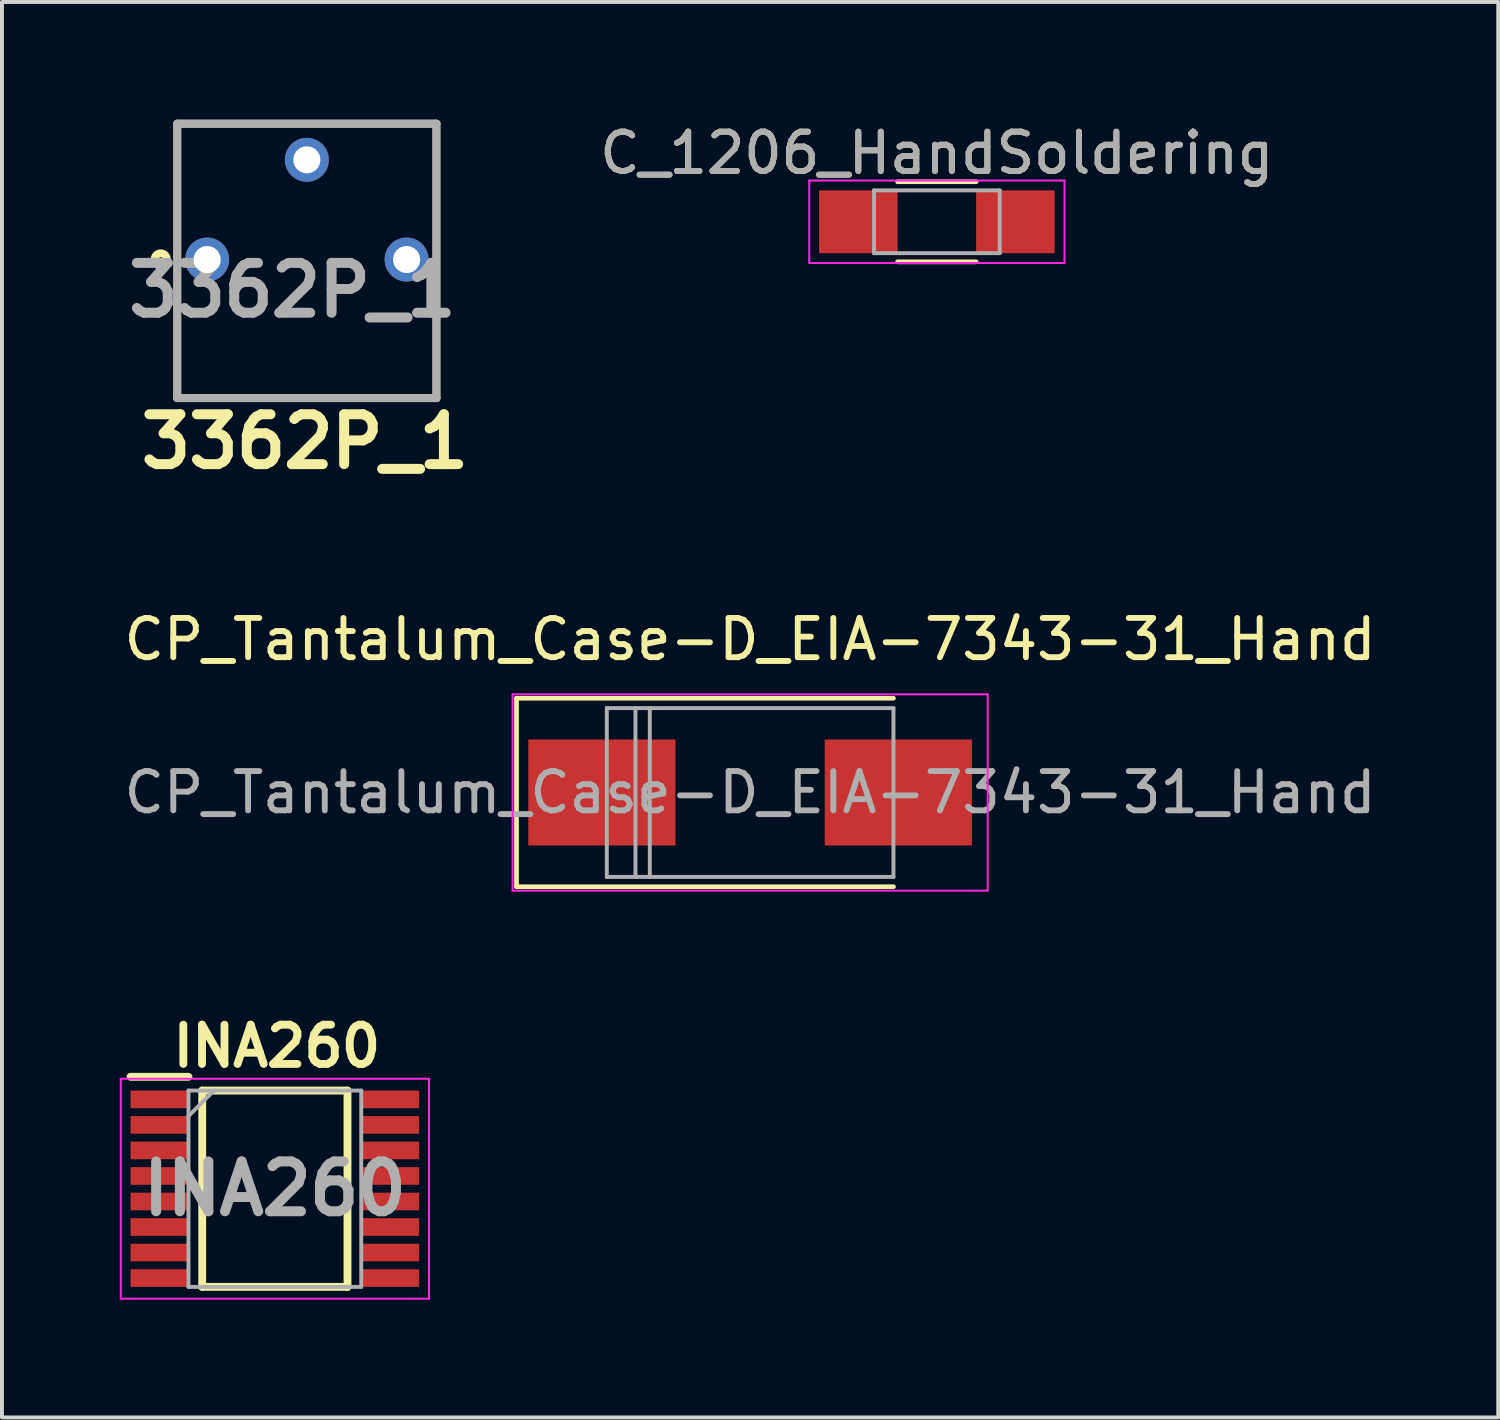
<source format=kicad_pcb>
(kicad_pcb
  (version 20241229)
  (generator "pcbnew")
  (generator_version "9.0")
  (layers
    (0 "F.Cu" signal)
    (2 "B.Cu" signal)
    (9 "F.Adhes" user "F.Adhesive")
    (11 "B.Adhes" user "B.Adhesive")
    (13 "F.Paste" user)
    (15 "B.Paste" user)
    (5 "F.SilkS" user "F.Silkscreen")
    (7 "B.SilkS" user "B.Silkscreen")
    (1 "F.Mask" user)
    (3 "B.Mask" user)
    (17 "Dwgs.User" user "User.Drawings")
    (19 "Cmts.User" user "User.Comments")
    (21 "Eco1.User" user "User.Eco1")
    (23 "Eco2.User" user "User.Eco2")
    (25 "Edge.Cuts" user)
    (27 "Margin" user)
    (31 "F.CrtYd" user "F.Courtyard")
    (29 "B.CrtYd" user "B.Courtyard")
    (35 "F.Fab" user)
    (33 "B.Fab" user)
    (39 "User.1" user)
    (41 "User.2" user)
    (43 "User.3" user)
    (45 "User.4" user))
  (footprint "C_1206_HandSoldering"
    (layer "F.Cu")
    (at 20.81 2.598)
    (property "Reference" "C_1206_HandSoldering" (at 0 -1.75 0) (layer "F.SilkS") (effects (font (size 1 1) (thickness 0.15))))
    (attr smd)
    (fp_line (start -1 1.02) (end 1 1.02) (stroke (width 0.12) (type solid)) (layer "F.SilkS"))
    (fp_line (start 1 -1.02) (end -1 -1.02) (stroke (width 0.12) (type solid)) (layer "F.SilkS"))
    (fp_line (start -3.25 -1.05) (end -3.25 1.05) (stroke (width 0.05) (type solid)) (layer "F.CrtYd"))
    (fp_line (start -3.25 -1.05) (end 3.25 -1.05) (stroke (width 0.05) (type solid)) (layer "F.CrtYd"))
    (fp_line (start 3.25 1.05) (end -3.25 1.05) (stroke (width 0.05) (type solid)) (layer "F.CrtYd"))
    (fp_line (start 3.25 1.05) (end 3.25 -1.05) (stroke (width 0.05) (type solid)) (layer "F.CrtYd"))
    (fp_line (start -1.6 -0.8) (end 1.6 -0.8) (stroke (width 0.1) (type solid)) (layer "F.Fab"))
    (fp_line (start -1.6 0.8) (end -1.6 -0.8) (stroke (width 0.1) (type solid)) (layer "F.Fab"))
    (fp_line (start 1.6 -0.8) (end 1.6 0.8) (stroke (width 0.1) (type solid)) (layer "F.Fab"))
    (fp_line (start 1.6 0.8) (end -1.6 0.8) (stroke (width 0.1) (type solid)) (layer "F.Fab"))
    (fp_text user "${REFERENCE}" (at 0 -1.75 0) (layer "F.Fab") (effects (font (size 1 1) (thickness 0.15))))
    (pad "1" smd rect (at -2 0) (size 2 1.6) (layers "F.Cu" "F.Mask" "F.Paste"))
    (pad "2" smd rect (at 2 0) (size 2 1.6) (layers "F.Cu" "F.Mask" "F.Paste")))
  (footprint "INA260"
    (layer "F.Cu")
    (at 3.95 27.224)
    (property "Reference" "INA260" (at 0.05 -3.63 0) (layer "F.SilkS") (effects (font (size 1 1) (thickness 0.2))))
    (attr smd)
    (fp_line (start -3.675 -2.85) (end -2.2 -2.85) (stroke (width 0.2) (type solid)) (layer "F.SilkS"))
    (fp_line (start -1.85 -2.5) (end 1.85 -2.5) (stroke (width 0.2) (type solid)) (layer "F.SilkS"))
    (fp_line (start -1.85 2.5) (end -1.85 -2.5) (stroke (width 0.2) (type solid)) (layer "F.SilkS"))
    (fp_line (start 1.85 -2.5) (end 1.85 2.5) (stroke (width 0.2) (type solid)) (layer "F.SilkS"))
    (fp_line (start 1.85 2.5) (end -1.85 2.5) (stroke (width 0.2) (type solid)) (layer "F.SilkS"))
    (fp_line (start -3.925 -2.8) (end 3.925 -2.8) (stroke (width 0.05) (type solid)) (layer "F.CrtYd"))
    (fp_line (start -3.925 2.8) (end -3.925 -2.8) (stroke (width 0.05) (type solid)) (layer "F.CrtYd"))
    (fp_line (start 3.925 -2.8) (end 3.925 2.8) (stroke (width 0.05) (type solid)) (layer "F.CrtYd"))
    (fp_line (start 3.925 2.8) (end -3.925 2.8) (stroke (width 0.05) (type solid)) (layer "F.CrtYd"))
    (fp_line (start -2.2 -2.5) (end 2.2 -2.5) (stroke (width 0.1) (type solid)) (layer "F.Fab"))
    (fp_line (start -2.2 -1.85) (end -1.55 -2.5) (stroke (width 0.1) (type solid)) (layer "F.Fab"))
    (fp_line (start -2.2 2.5) (end -2.2 -2.5) (stroke (width 0.1) (type solid)) (layer "F.Fab"))
    (fp_line (start 2.2 -2.5) (end 2.2 2.5) (stroke (width 0.1) (type solid)) (layer "F.Fab"))
    (fp_line (start 2.2 2.5) (end -2.2 2.5) (stroke (width 0.1) (type solid)) (layer "F.Fab"))
    (fp_text user "${REFERENCE}" (at 0 0 0) (layer "F.Fab") (effects (font (size 1.27 1.27) (thickness 0.254))))
    (pad "1" smd rect (at -2.938 -2.275 90) (size 0.45 1.475) (layers "F.Cu" "F.Mask" "F.Paste"))
    (pad "2" smd rect (at -2.938 -1.625 90) (size 0.45 1.475) (layers "F.Cu" "F.Mask" "F.Paste"))
    (pad "3" smd rect (at -2.938 -0.975 90) (size 0.45 1.475) (layers "F.Cu" "F.Mask" "F.Paste"))
    (pad "4" smd rect (at -2.938 -0.325 90) (size 0.45 1.475) (layers "F.Cu" "F.Mask" "F.Paste"))
    (pad "5" smd rect (at -2.938 0.325 90) (size 0.45 1.475) (layers "F.Cu" "F.Mask" "F.Paste"))
    (pad "6" smd rect (at -2.938 0.975 90) (size 0.45 1.475) (layers "F.Cu" "F.Mask" "F.Paste"))
    (pad "7" smd rect (at -2.938 1.625 90) (size 0.45 1.475) (layers "F.Cu" "F.Mask" "F.Paste"))
    (pad "8" smd rect (at -2.938 2.275 90) (size 0.45 1.475) (layers "F.Cu" "F.Mask" "F.Paste"))
    (pad "9" smd rect (at 2.938 2.275 90) (size 0.45 1.475) (layers "F.Cu" "F.Mask" "F.Paste"))
    (pad "10" smd rect (at 2.938 1.625 90) (size 0.45 1.475) (layers "F.Cu" "F.Mask" "F.Paste"))
    (pad "11" smd rect (at 2.938 0.975 90) (size 0.45 1.475) (layers "F.Cu" "F.Mask" "F.Paste"))
    (pad "12" smd rect (at 2.938 0.325 90) (size 0.45 1.475) (layers "F.Cu" "F.Mask" "F.Paste"))
    (pad "13" smd rect (at 2.938 -0.325 90) (size 0.45 1.475) (layers "F.Cu" "F.Mask" "F.Paste"))
    (pad "14" smd rect (at 2.938 -0.975 90) (size 0.45 1.475) (layers "F.Cu" "F.Mask" "F.Paste"))
    (pad "15" smd rect (at 2.938 -1.625 90) (size 0.45 1.475) (layers "F.Cu" "F.Mask" "F.Paste"))
    (pad "16" smd rect (at 2.938 -2.275 90) (size 0.45 1.475) (layers "F.Cu" "F.Mask" "F.Paste")))
  (footprint "CP_Tantalum_Case-D_EIA-7343-31_Hand"
    (layer "F.Cu")
    (at 16.054 17.133)
    (property "Reference" "CP_Tantalum_Case-D_EIA-7343-31_Hand" (at 0 -3.9 0) (layer "F.SilkS") (effects (font (size 1 1) (thickness 0.15))))
    (attr smd)
    (fp_line (start -5.95 -2.4) (end -5.95 2.4) (stroke (width 0.12) (type solid)) (layer "F.SilkS"))
    (fp_line (start -5.95 -2.4) (end 3.65 -2.4) (stroke (width 0.12) (type solid)) (layer "F.SilkS"))
    (fp_line (start -5.95 2.4) (end 3.65 2.4) (stroke (width 0.12) (type solid)) (layer "F.SilkS"))
    (fp_line (start -6.05 -2.5) (end -6.05 2.5) (stroke (width 0.05) (type solid)) (layer "F.CrtYd"))
    (fp_line (start -6.05 2.5) (end 6.05 2.5) (stroke (width 0.05) (type solid)) (layer "F.CrtYd"))
    (fp_line (start 6.05 -2.5) (end -6.05 -2.5) (stroke (width 0.05) (type solid)) (layer "F.CrtYd"))
    (fp_line (start 6.05 2.5) (end 6.05 -2.5) (stroke (width 0.05) (type solid)) (layer "F.CrtYd"))
    (fp_line (start -3.65 -2.15) (end -3.65 2.15) (stroke (width 0.1) (type solid)) (layer "F.Fab"))
    (fp_line (start -3.65 2.15) (end 3.65 2.15) (stroke (width 0.1) (type solid)) (layer "F.Fab"))
    (fp_line (start -2.92 -2.15) (end -2.92 2.15) (stroke (width 0.1) (type solid)) (layer "F.Fab"))
    (fp_line (start -2.555 -2.15) (end -2.555 2.15) (stroke (width 0.1) (type solid)) (layer "F.Fab"))
    (fp_line (start 3.65 -2.15) (end -3.65 -2.15) (stroke (width 0.1) (type solid)) (layer "F.Fab"))
    (fp_line (start 3.65 2.15) (end 3.65 -2.15) (stroke (width 0.1) (type solid)) (layer "F.Fab"))
    (fp_text user "${REFERENCE}" (at 0 0 0) (layer "F.Fab") (effects (font (size 1 1) (thickness 0.15))))
    (pad "1" smd rect (at -3.775 0) (size 3.75 2.7) (layers "F.Cu" "F.Mask" "F.Paste"))
    (pad "2" smd rect (at 3.775 0) (size 3.75 2.7) (layers "F.Cu" "F.Mask" "F.Paste")))
  (footprint "3362P_1"
    (layer "F.Cu")
    (at 4.765 7.09)
    (property "Reference" "3362P_1" (at -0.048 1.106 180) (layer "F.SilkS") (effects (font (size 1.27 1.27) (thickness 0.254))))
    (attr through_hole)
    (fp_line (start -3.3 -6.99) (end -3.3 0) (stroke (width 0.2) (type solid)) (layer "F.SilkS"))
    (fp_line (start -3.3 0) (end 3.3 0) (stroke (width 0.2) (type solid)) (layer "F.SilkS"))
    (fp_line (start 3.3 -6.99) (end -3.3 -6.99) (stroke (width 0.2) (type solid)) (layer "F.SilkS"))
    (fp_line (start 3.3 0) (end 3.3 -6.99) (stroke (width 0.2) (type solid)) (layer "F.SilkS"))
    (fp_circle (center -3.722 -3.532) (end -3.722 -3.475) (stroke (width 0.2) (type solid)) (fill no) (layer "F.SilkS"))
    (fp_line (start -3.3 -6.99) (end 3.3 -6.99) (stroke (width 0.2) (type solid)) (layer "F.Fab"))
    (fp_line (start -3.3 0) (end -3.3 -6.99) (stroke (width 0.2) (type solid)) (layer "F.Fab"))
    (fp_line (start 3.3 -6.99) (end 3.3 0) (stroke (width 0.2) (type solid)) (layer "F.Fab"))
    (fp_line (start 3.3 0) (end -3.3 0) (stroke (width 0.2) (type solid)) (layer "F.Fab"))
    (fp_text user "${REFERENCE}" (at -0.368 -2.75 180) (layer "F.Fab") (effects (font (size 1.27 1.27) (thickness 0.254))))
    (pad "1" thru_hole circle (at -2.54 -3.53) (size 1.12 1.12) (drill 0.69) (layers "*.Cu" "*.Mask"))
    (pad "2" thru_hole circle (at 0 -6.07) (size 1.12 1.12) (drill 0.69) (layers "*.Cu" "*.Mask"))
    (pad "3" thru_hole circle (at 2.54 -3.53) (size 1.12 1.12) (drill 0.69) (layers "*.Cu" "*.Mask")))
  (gr_rect
    (start -3 -3)
    (end 35.107 33.049)
    (stroke (width 0.1) (type default))
    (fill no)
    (layer "Edge.Cuts")))
</source>
